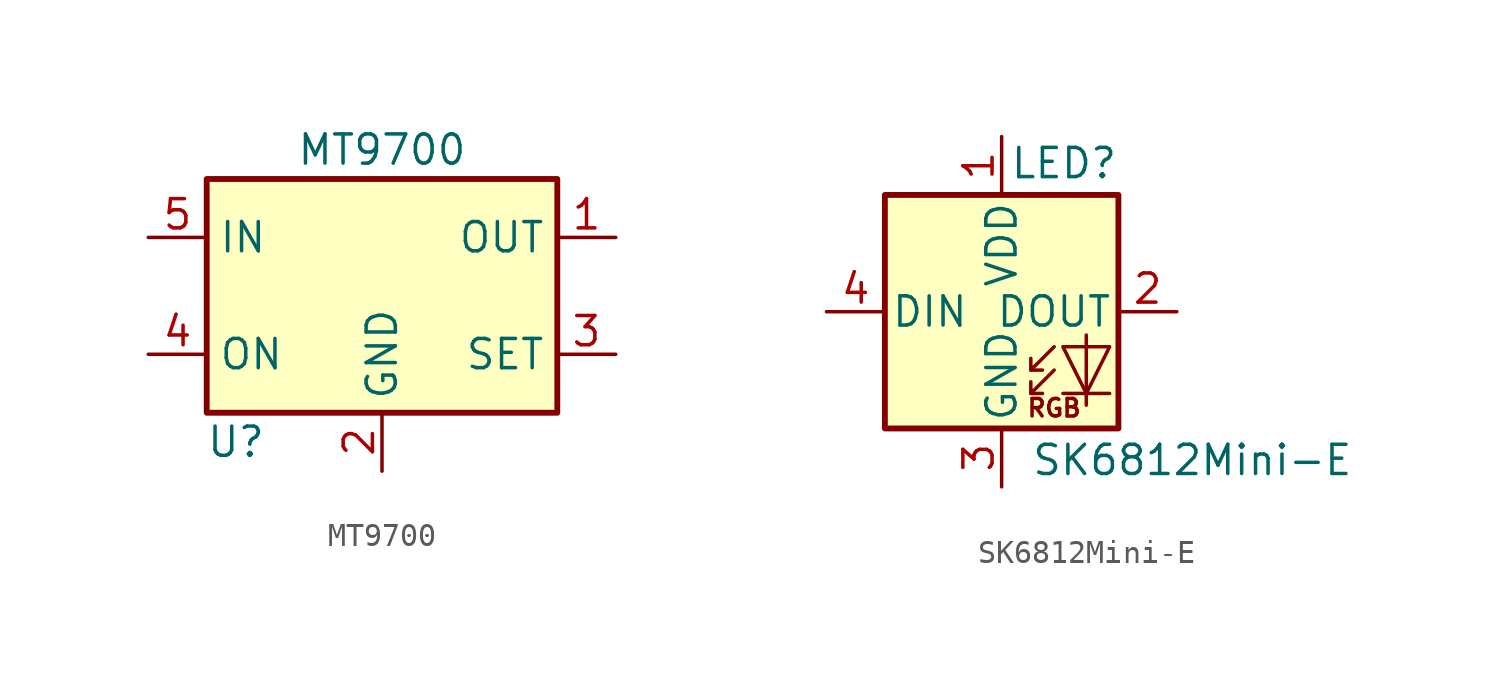
<source format=kicad_sym>
(kicad_symbol_lib
  (version 20220914)
  (generator kicad_symbol_editor)
  (symbol "MT9700"
    (property "Reference" "U"
      (at -6.35 -6.35 0)
      (effects (font (size 1.27 1.27))))
    (property "Value" "MT9700"
      (at 0 6.35 0)
      (effects (font (size 1.27 1.27))))
    (symbol "MT9700_0_1"
      (rectangle (start -7.62 5.08) (end 7.62 -5.08) (stroke (width 0.254) (type solid)) (fill (type background))))
    (symbol "MT9700_1_1"
      (pin power_out line (at 10.16 2.54 180) (length 2.54) (name "OUT" (effects (font (size 1.27 1.27)))) (number "1" (effects (font (size 1.27 1.27)))))
      (pin power_in line (at 0 -7.62 90) (length 2.54) (name "GND" (effects (font (size 1.27 1.27)))) (number "2" (effects (font (size 1.27 1.27)))))
      (pin passive line (at 10.16 -2.54 180) (length 2.54) (name "SET" (effects (font (size 1.27 1.27)))) (number "3" (effects (font (size 1.27 1.27)))))
      (pin input line (at -10.16 -2.54 0) (length 2.54) (name "ON" (effects (font (size 1.27 1.27)))) (number "4" (effects (font (size 1.27 1.27)))))
      (pin power_in line (at -10.16 2.54 0) (length 2.54) (name "IN" (effects (font (size 1.27 1.27)))) (number "5" (effects (font (size 1.27 1.27)))))))
  (symbol "SK6812Mini-E"
    (pin_names
      (offset 0.254))
    (property "Reference" "LED"
      (at 5.08 5.715 0)
      (effects (font (size 1.27 1.27)) (justify right bottom)))
    (property "Value" "SK6812Mini-E"
      (at 1.27 -5.715 0)
      (effects (font (size 1.27 1.27)) (justify left top)))
    (symbol "SK6812Mini-E_0_0"
      (text "RGB" (at 2.286 -4.191 0) (effects (font (size 0.762 0.762)))))
    (symbol "SK6812Mini-E_0_1"
      (polyline (pts (xy 1.27 -3.556) (xy 1.778 -3.556)) (stroke (width 0) (type solid)) (fill (type none)))
      (polyline (pts (xy 1.27 -2.54) (xy 1.778 -2.54)) (stroke (width 0) (type solid)) (fill (type none)))
      (polyline (pts (xy 4.699 -3.556) (xy 2.667 -3.556)) (stroke (width 0) (type solid)) (fill (type none)))
      (polyline (pts (xy 2.286 -2.54) (xy 1.27 -3.556) (xy 1.27 -3.048)) (stroke (width 0) (type solid)) (fill (type none)))
      (polyline (pts (xy 2.286 -1.524) (xy 1.27 -2.54) (xy 1.27 -2.032)) (stroke (width 0) (type solid)) (fill (type none)))
      (polyline (pts (xy 3.683 -1.016) (xy 3.683 -3.556) (xy 3.683 -4.064)) (stroke (width 0) (type solid)) (fill (type none)))
      (polyline (pts (xy 4.699 -1.524) (xy 2.667 -1.524) (xy 3.683 -3.556) (xy 4.699 -1.524)) (stroke (width 0) (type solid)) (fill (type none)))
      (rectangle (start 5.08 5.08) (end -5.08 -5.08) (stroke (width 0.254) (type solid)) (fill (type background))))
    (symbol "SK6812Mini-E_1_1"
      (pin power_in line (at 0 7.62 270) (length 2.54) (name "VDD" (effects (font (size 1.27 1.27)))) (number "1" (effects (font (size 1.27 1.27)))))
      (pin output line (at 7.62 0 180) (length 2.54) (name "DOUT" (effects (font (size 1.27 1.27)))) (number "2" (effects (font (size 1.27 1.27)))))
      (pin power_in line (at 0 -7.62 90) (length 2.54) (name "GND" (effects (font (size 1.27 1.27)))) (number "3" (effects (font (size 1.27 1.27)))))
      (pin input line (at -7.62 0 0) (length 2.54) (name "DIN" (effects (font (size 1.27 1.27)))) (number "4" (effects (font (size 1.27 1.27))))))))
</source>
